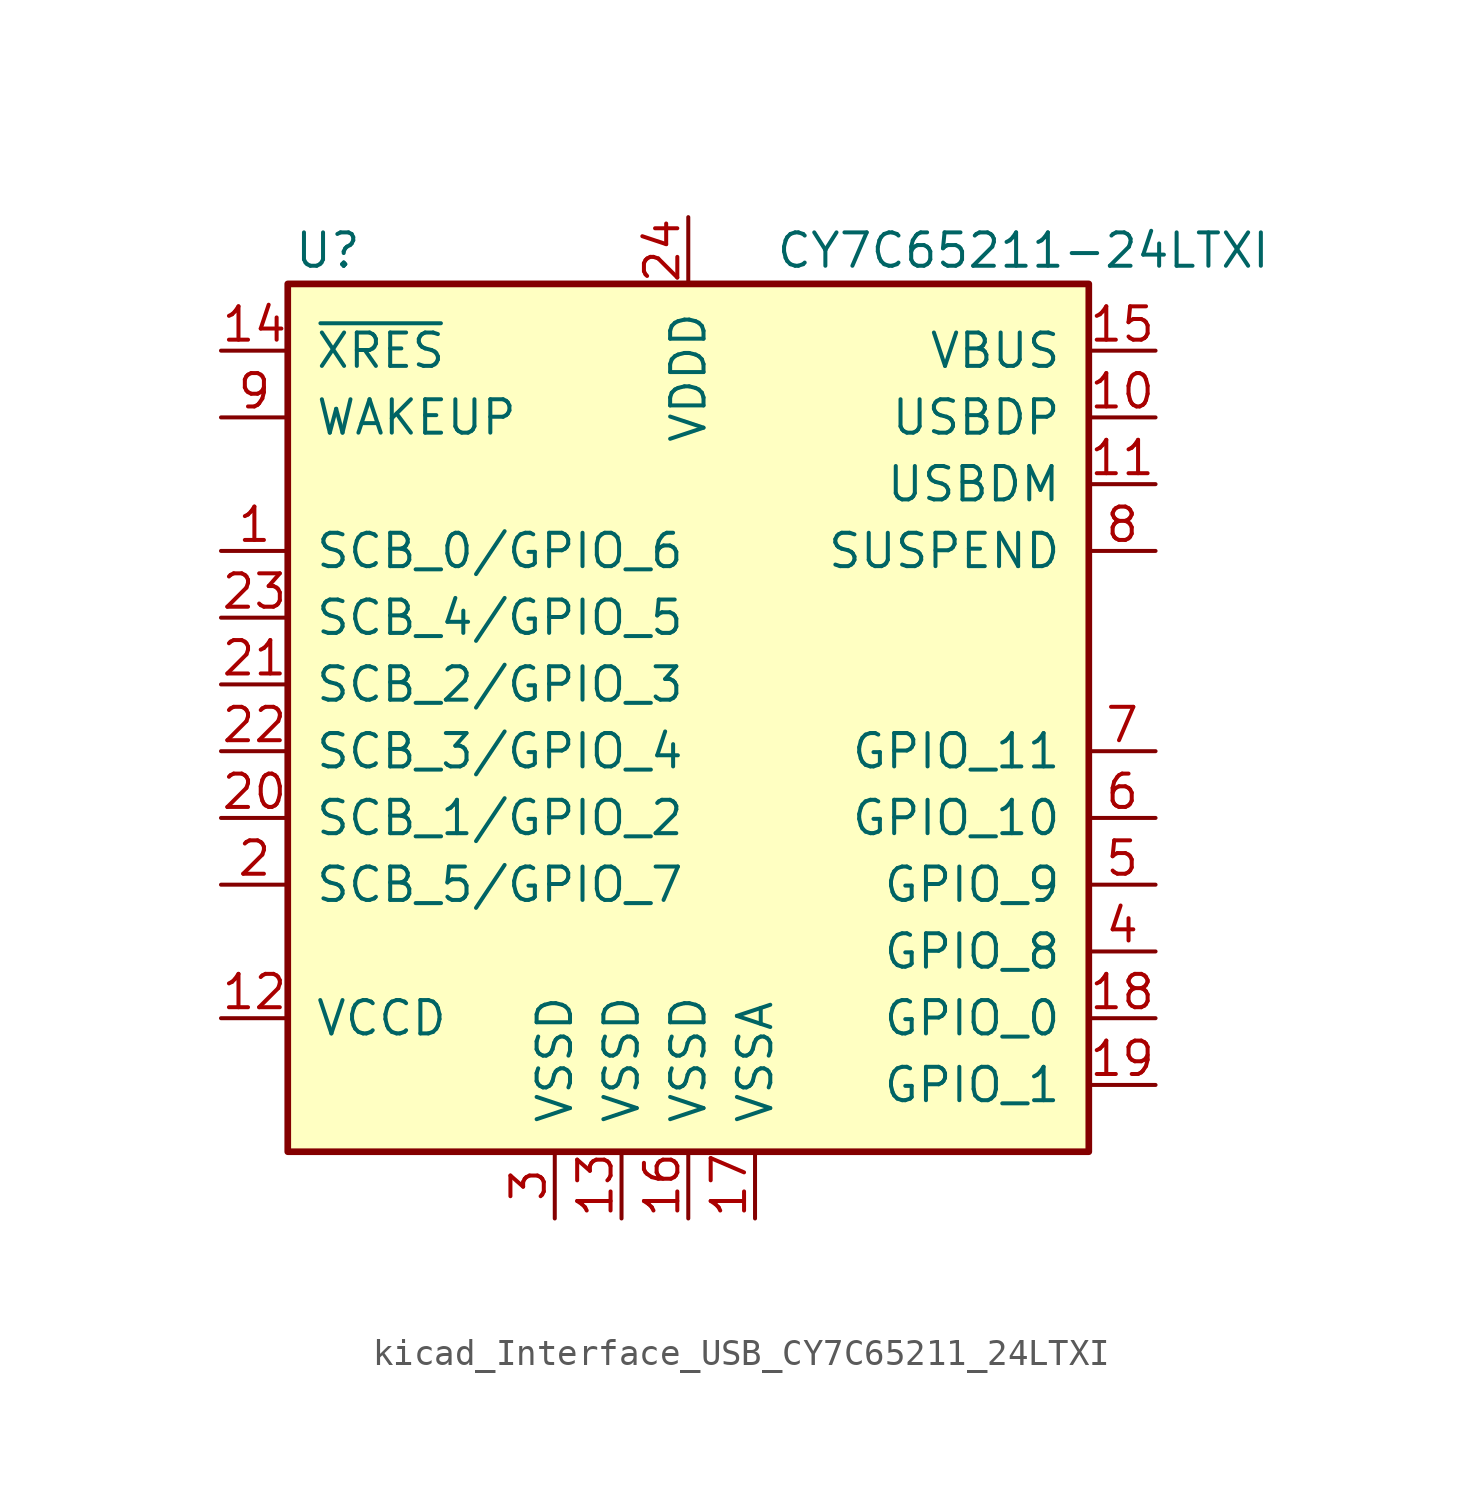
<source format=kicad_sym>
(kicad_symbol_lib
  (version 20220914)
  (generator kicad_symbol_editor)
  (symbol "kicad_Interface_USB_CY7C65211_24LTXI"
    (pin_names
      (offset 1.016))
    (property "Reference" "U"
      (at -13.716 16.51 0)
      (effects (font (size 1.27 1.27))))
    (property "Value" "CY7C65211-24LTXI"
      (at 3.302 16.51 0)
      (effects (font (size 1.27 1.27)) (justify left)))
    (symbol "kicad_Interface_USB_CY7C65211_24LTXI_0_1"
      (rectangle (start -15.24 15.24) (end 15.24 -17.78) (stroke (width 0.254) (type default)) (fill (type background))))
    (symbol "kicad_Interface_USB_CY7C65211_24LTXI_1_1"
      (pin bidirectional line (at -17.78 5.08 0) (length 2.54) (name "SCB_0/GPIO_6" (effects (font (size 1.27 1.27)))) (number "1" (effects (font (size 1.27 1.27)))))
      (pin bidirectional line (at 17.78 10.16 180) (length 2.54) (name "USBDP" (effects (font (size 1.27 1.27)))) (number "10" (effects (font (size 1.27 1.27)))))
      (pin bidirectional line (at 17.78 7.62 180) (length 2.54) (name "USBDM" (effects (font (size 1.27 1.27)))) (number "11" (effects (font (size 1.27 1.27)))))
      (pin power_in line (at -17.78 -12.7 0) (length 2.54) (name "VCCD" (effects (font (size 1.27 1.27)))) (number "12" (effects (font (size 1.27 1.27)))))
      (pin power_in line (at -2.54 -20.32 90) (length 2.54) (name "VSSD" (effects (font (size 1.27 1.27)))) (number "13" (effects (font (size 1.27 1.27)))))
      (pin input line (at -17.78 12.7 0) (length 2.54) (name "~{XRES}" (effects (font (size 1.27 1.27)))) (number "14" (effects (font (size 1.27 1.27)))))
      (pin power_out line (at 17.78 12.7 180) (length 2.54) (name "VBUS" (effects (font (size 1.27 1.27)))) (number "15" (effects (font (size 1.27 1.27)))))
      (pin power_in line (at 0 -20.32 90) (length 2.54) (name "VSSD" (effects (font (size 1.27 1.27)))) (number "16" (effects (font (size 1.27 1.27)))))
      (pin power_in line (at 2.54 -20.32 90) (length 2.54) (name "VSSA" (effects (font (size 1.27 1.27)))) (number "17" (effects (font (size 1.27 1.27)))))
      (pin tri_state line (at 17.78 -12.7 180) (length 2.54) (name "GPIO_0" (effects (font (size 1.27 1.27)))) (number "18" (effects (font (size 1.27 1.27)))))
      (pin tri_state line (at 17.78 -15.24 180) (length 2.54) (name "GPIO_1" (effects (font (size 1.27 1.27)))) (number "19" (effects (font (size 1.27 1.27)))))
      (pin bidirectional line (at -17.78 -7.62 0) (length 2.54) (name "SCB_5/GPIO_7" (effects (font (size 1.27 1.27)))) (number "2" (effects (font (size 1.27 1.27)))))
      (pin bidirectional line (at -17.78 -5.08 0) (length 2.54) (name "SCB_1/GPIO_2" (effects (font (size 1.27 1.27)))) (number "20" (effects (font (size 1.27 1.27)))))
      (pin bidirectional line (at -17.78 0 0) (length 2.54) (name "SCB_2/GPIO_3" (effects (font (size 1.27 1.27)))) (number "21" (effects (font (size 1.27 1.27)))))
      (pin bidirectional line (at -17.78 -2.54 0) (length 2.54) (name "SCB_3/GPIO_4" (effects (font (size 1.27 1.27)))) (number "22" (effects (font (size 1.27 1.27)))))
      (pin bidirectional line (at -17.78 2.54 0) (length 2.54) (name "SCB_4/GPIO_5" (effects (font (size 1.27 1.27)))) (number "23" (effects (font (size 1.27 1.27)))))
      (pin power_in line (at 0 17.78 270) (length 2.54) (name "VDDD" (effects (font (size 1.27 1.27)))) (number "24" (effects (font (size 1.27 1.27)))))
      (pin no_connect line (at -15.24 -15.24 0) (length 2.54) hide (name "1EP" (effects (font (size 1.27 1.27)))) (number "25" (effects (font (size 1.27 1.27)))))
      (pin power_in line (at -5.08 -20.32 90) (length 2.54) (name "VSSD" (effects (font (size 1.27 1.27)))) (number "3" (effects (font (size 1.27 1.27)))))
      (pin tri_state line (at 17.78 -10.16 180) (length 2.54) (name "GPIO_8" (effects (font (size 1.27 1.27)))) (number "4" (effects (font (size 1.27 1.27)))))
      (pin tri_state line (at 17.78 -7.62 180) (length 2.54) (name "GPIO_9" (effects (font (size 1.27 1.27)))) (number "5" (effects (font (size 1.27 1.27)))))
      (pin tri_state line (at 17.78 -5.08 180) (length 2.54) (name "GPIO_10" (effects (font (size 1.27 1.27)))) (number "6" (effects (font (size 1.27 1.27)))))
      (pin tri_state line (at 17.78 -2.54 180) (length 2.54) (name "GPIO_11" (effects (font (size 1.27 1.27)))) (number "7" (effects (font (size 1.27 1.27)))))
      (pin output line (at 17.78 5.08 180) (length 2.54) (name "SUSPEND" (effects (font (size 1.27 1.27)))) (number "8" (effects (font (size 1.27 1.27)))))
      (pin input line (at -17.78 10.16 0) (length 2.54) (name "WAKEUP" (effects (font (size 1.27 1.27)))) (number "9" (effects (font (size 1.27 1.27))))))))
</source>
